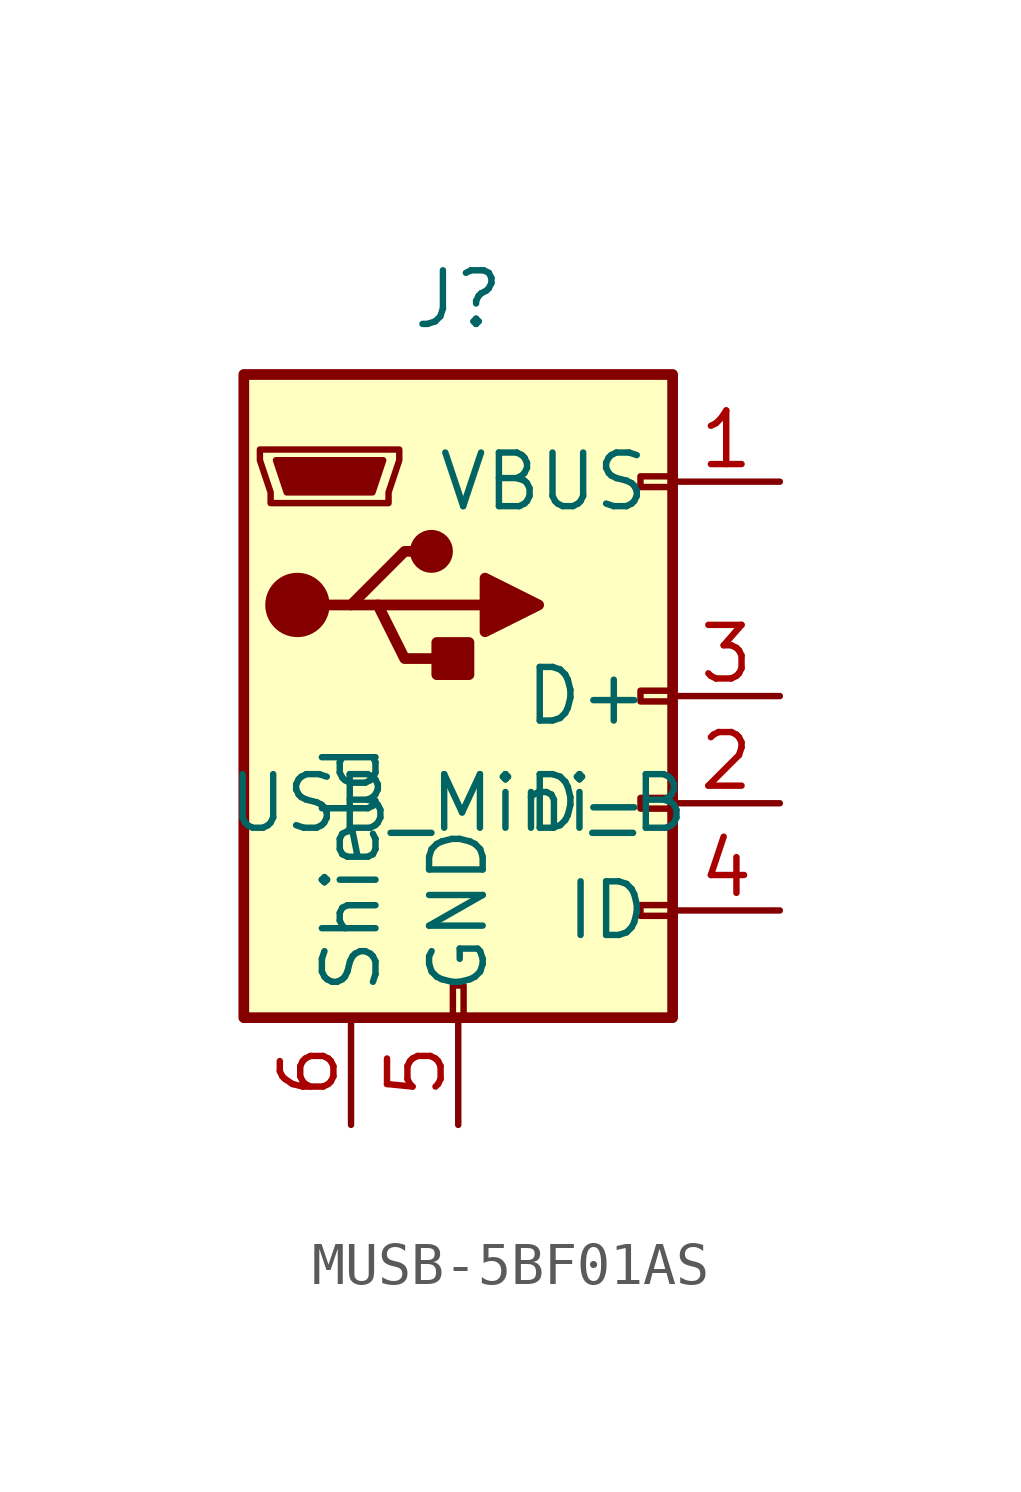
<source format=kicad_sym>
(kicad_symbol_lib
  (version 20241209)
  (generator "kicad_symbol_editor")
  (generator_version "9.0")
  (symbol "MUSB-5BF01AS"
    (property "Reference" "J"
      (at 0 11.938 0)
      (effects (font (size 1.27 1.27))))
    (property "Value" "USB_Mini_B"
      (at 0 0 0)
      (effects (font (size 1.27 1.27))))
    (symbol "MUSB-5BF01AS_0_1"
      (rectangle (start -5.08 10.16) (end 5.08 -5.08) (stroke (width 0.254) (type default)) (fill (type background)))
      (polyline (pts (xy -4.699 8.382) (xy -4.699 8.128) (xy -4.445 7.366) (xy -4.445 7.112) (xy -1.651 7.112) (xy -1.651 7.366) (xy -1.397 8.128) (xy -1.397 8.382) (xy -4.699 8.382)) (stroke (width 0) (type default)) (fill (type none)))
      (polyline (pts (xy -4.318 8.128) (xy -1.778 8.128) (xy -2.032 7.366) (xy -4.064 7.366) (xy -4.318 8.128)) (stroke (width 0) (type default)) (fill (type outline)))
      (circle (center -3.81 4.699) (radius 0.635) (stroke (width 0.254) (type default)) (fill (type outline)))
      (polyline (pts (xy -3.175 4.699) (xy -2.54 4.699) (xy -1.27 5.969) (xy -0.635 5.969)) (stroke (width 0.254) (type default)) (fill (type none)))
      (polyline (pts (xy -2.54 4.699) (xy -1.905 4.699) (xy -1.27 3.429) (xy 0 3.429)) (stroke (width 0.254) (type default)) (fill (type none)))
      (polyline (pts (xy -1.905 4.699) (xy 0.635 4.699)) (stroke (width 0.254) (type default)) (fill (type none)))
      (circle (center -0.635 5.969) (radius 0.381) (stroke (width 0.254) (type default)) (fill (type outline)))
      (rectangle (start -0.127 -5.08) (end 0.127 -4.318) (stroke (width 0) (type default)) (fill (type none)))
      (rectangle (start 0.254 3.81) (end -0.508 3.048) (stroke (width 0.254) (type default)) (fill (type outline)))
      (polyline (pts (xy 0.635 5.334) (xy 0.635 4.064) (xy 1.905 4.699) (xy 0.635 5.334)) (stroke (width 0.254) (type default)) (fill (type outline)))
      (rectangle (start 5.08 7.493) (end 4.318 7.747) (stroke (width 0) (type default)) (fill (type none)))
      (rectangle (start 5.08 2.413) (end 4.318 2.667) (stroke (width 0) (type default)) (fill (type none)))
      (rectangle (start 5.08 -0.127) (end 4.318 0.127) (stroke (width 0) (type default)) (fill (type none)))
      (rectangle (start 5.08 -2.667) (end 4.318 -2.413) (stroke (width 0) (type default)) (fill (type none))))
    (symbol "MUSB-5BF01AS_1_1"
      (pin passive line (at -2.54 -7.62 90) (length 2.54) (name "Shield" (effects (font (size 1.27 1.27)))) (number "6" (effects (font (size 1.27 1.27)))))
      (pin power_out line (at 0 -7.62 90) (length 2.54) (name "GND" (effects (font (size 1.27 1.27)))) (number "5" (effects (font (size 1.27 1.27)))))
      (pin power_out line (at 7.62 7.62 180) (length 2.54) (name "VBUS" (effects (font (size 1.27 1.27)))) (number "1" (effects (font (size 1.27 1.27)))))
      (pin bidirectional line (at 7.62 2.54 180) (length 2.54) (name "D+" (effects (font (size 1.27 1.27)))) (number "3" (effects (font (size 1.27 1.27)))))
      (pin bidirectional line (at 7.62 0 180) (length 2.54) (name "D-" (effects (font (size 1.27 1.27)))) (number "2" (effects (font (size 1.27 1.27)))))
      (pin passive line (at 7.62 -2.54 180) (length 2.54) (name "ID" (effects (font (size 1.27 1.27)))) (number "4" (effects (font (size 1.27 1.27))))))))
</source>
